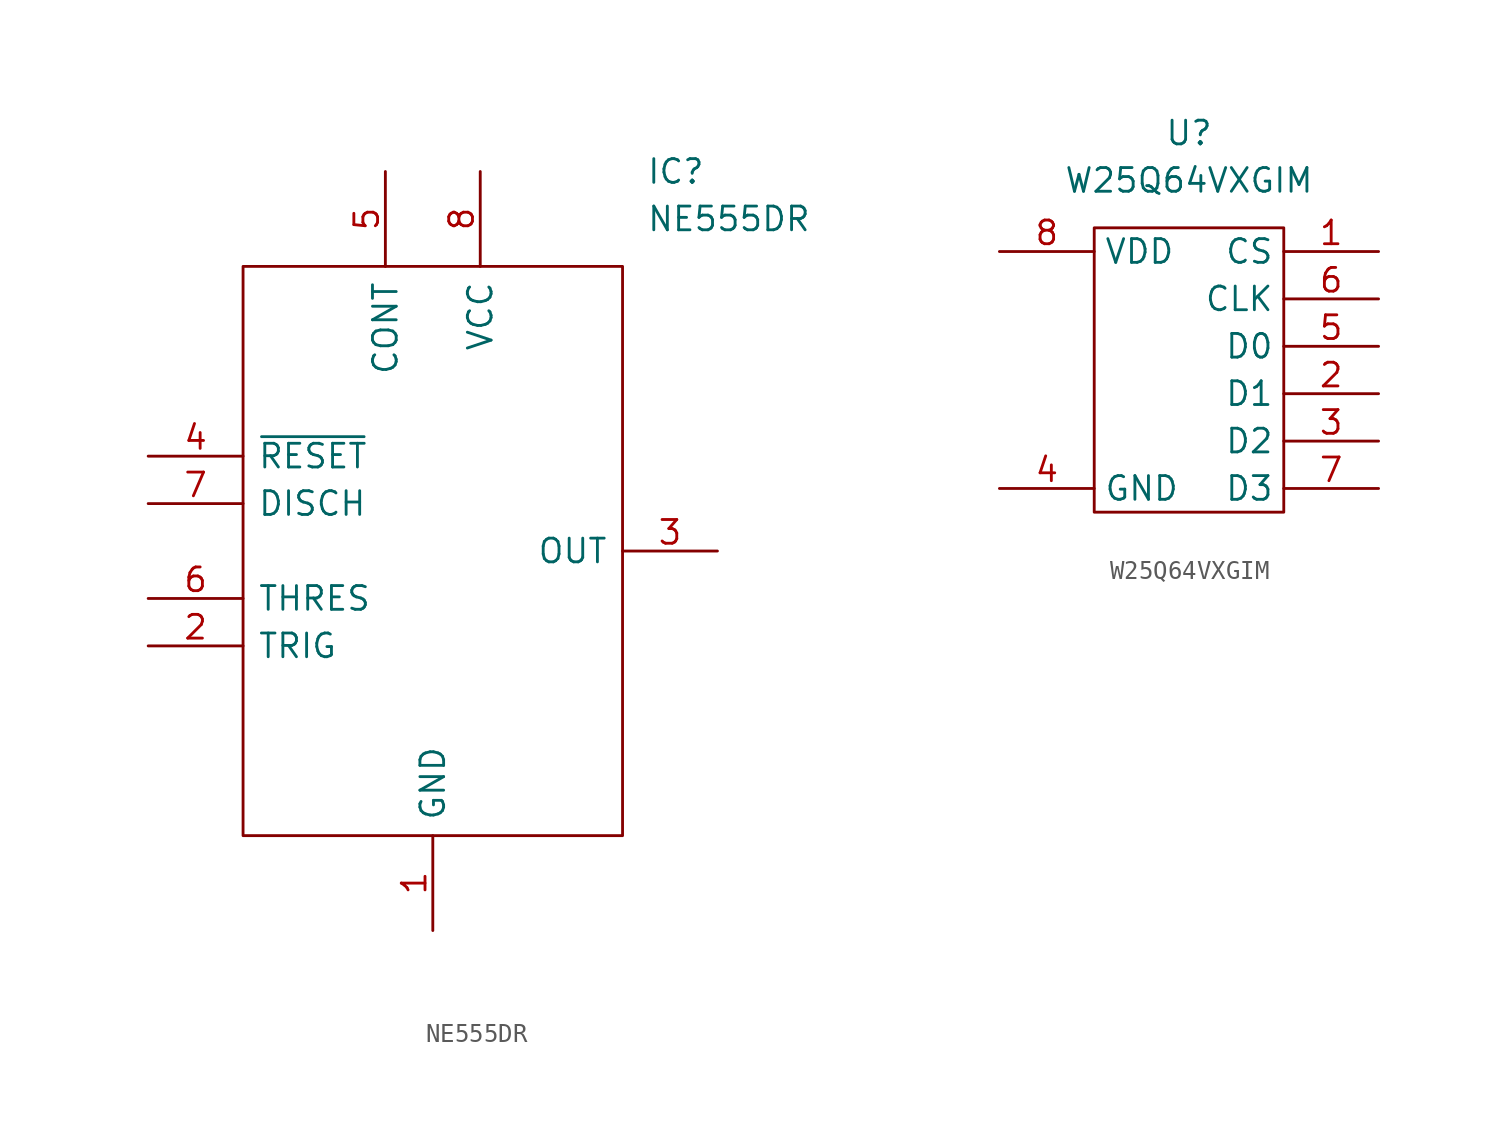
<source format=kicad_sym>
(kicad_symbol_lib
  (version 20211014)
  (generator kicad_symbol_editor)
  (symbol "MIMXRT1062DVJ6B:NE555DR"
    (pin_names
      (offset 0.762))
    (property "Reference" "IC"
      (at 26.67 15.24 0)
      (effects (font (size 1.27 1.27)) (justify left)))
    (property "Value" "NE555DR"
      (at 26.67 12.7 0)
      (effects (font (size 1.27 1.27)) (justify left)))
    (symbol "NE555DR_0_0"
      (pin bidirectional line (at 15.24 -25.4 90) (length 5.08) (name "GND" (effects (font (size 1.27 1.27)))) (number "1" (effects (font (size 1.27 1.27)))))
      (pin bidirectional line (at 0 -10.16 0) (length 5.08) (name "TRIG" (effects (font (size 1.27 1.27)))) (number "2" (effects (font (size 1.27 1.27)))))
      (pin bidirectional line (at 30.48 -5.08 180) (length 5.08) (name "OUT" (effects (font (size 1.27 1.27)))) (number "3" (effects (font (size 1.27 1.27)))))
      (pin bidirectional line (at 0 0 0) (length 5.08) (name "~{RESET}" (effects (font (size 1.27 1.27)))) (number "4" (effects (font (size 1.27 1.27)))))
      (pin bidirectional line (at 12.7 15.24 270) (length 5.08) (name "CONT" (effects (font (size 1.27 1.27)))) (number "5" (effects (font (size 1.27 1.27)))))
      (pin bidirectional line (at 0 -7.62 0) (length 5.08) (name "THRES" (effects (font (size 1.27 1.27)))) (number "6" (effects (font (size 1.27 1.27)))))
      (pin bidirectional line (at 0 -2.54 0) (length 5.08) (name "DISCH" (effects (font (size 1.27 1.27)))) (number "7" (effects (font (size 1.27 1.27)))))
      (pin bidirectional line (at 17.78 15.24 270) (length 5.08) (name "VCC" (effects (font (size 1.27 1.27)))) (number "8" (effects (font (size 1.27 1.27))))))
    (symbol "NE555DR_0_1"
      (polyline (pts (xy 5.08 10.16) (xy 25.4 10.16) (xy 25.4 -20.32) (xy 5.08 -20.32) (xy 5.08 10.16)) (stroke (width 0.152) (type default) (color 0 0 0 0)) (fill (type none)))))
  (symbol "MIMXRT1062DVJ6B:W25Q64VXGIM"
    (property "Reference" "U"
      (at 0 12.7 0)
      (effects (font (size 1.27 1.27))))
    (property "Value" "W25Q64VXGIM"
      (at 0 10.16 0)
      (effects (font (size 1.27 1.27))))
    (symbol "W25Q64VXGIM_0_1"
      (rectangle (start -5.08 7.62) (end 5.08 -7.62) (stroke (width 0.152) (type default) (color 0 0 0 0)) (fill (type none))))
    (symbol "W25Q64VXGIM_1_1"
      (pin input line (at 10.16 6.35 180) (length 5.08) (name "CS" (effects (font (size 1.27 1.27)))) (number "1" (effects (font (size 1.27 1.27)))))
      (pin output line (at 10.16 -1.27 180) (length 5.08) (name "D1" (effects (font (size 1.27 1.27)))) (number "2" (effects (font (size 1.27 1.27)))))
      (pin output line (at 10.16 -3.81 180) (length 5.08) (name "D2" (effects (font (size 1.27 1.27)))) (number "3" (effects (font (size 1.27 1.27)))))
      (pin power_in line (at -10.16 -6.35 0) (length 5.08) (name "GND" (effects (font (size 1.27 1.27)))) (number "4" (effects (font (size 1.27 1.27)))))
      (pin output line (at 10.16 1.27 180) (length 5.08) (name "D0" (effects (font (size 1.27 1.27)))) (number "5" (effects (font (size 1.27 1.27)))))
      (pin input line (at 10.16 3.81 180) (length 5.08) (name "CLK" (effects (font (size 1.27 1.27)))) (number "6" (effects (font (size 1.27 1.27)))))
      (pin output line (at 10.16 -6.35 180) (length 5.08) (name "D3" (effects (font (size 1.27 1.27)))) (number "7" (effects (font (size 1.27 1.27)))))
      (pin power_in line (at -10.16 6.35 0) (length 5.08) (name "VDD" (effects (font (size 1.27 1.27)))) (number "8" (effects (font (size 1.27 1.27))))))))
</source>
